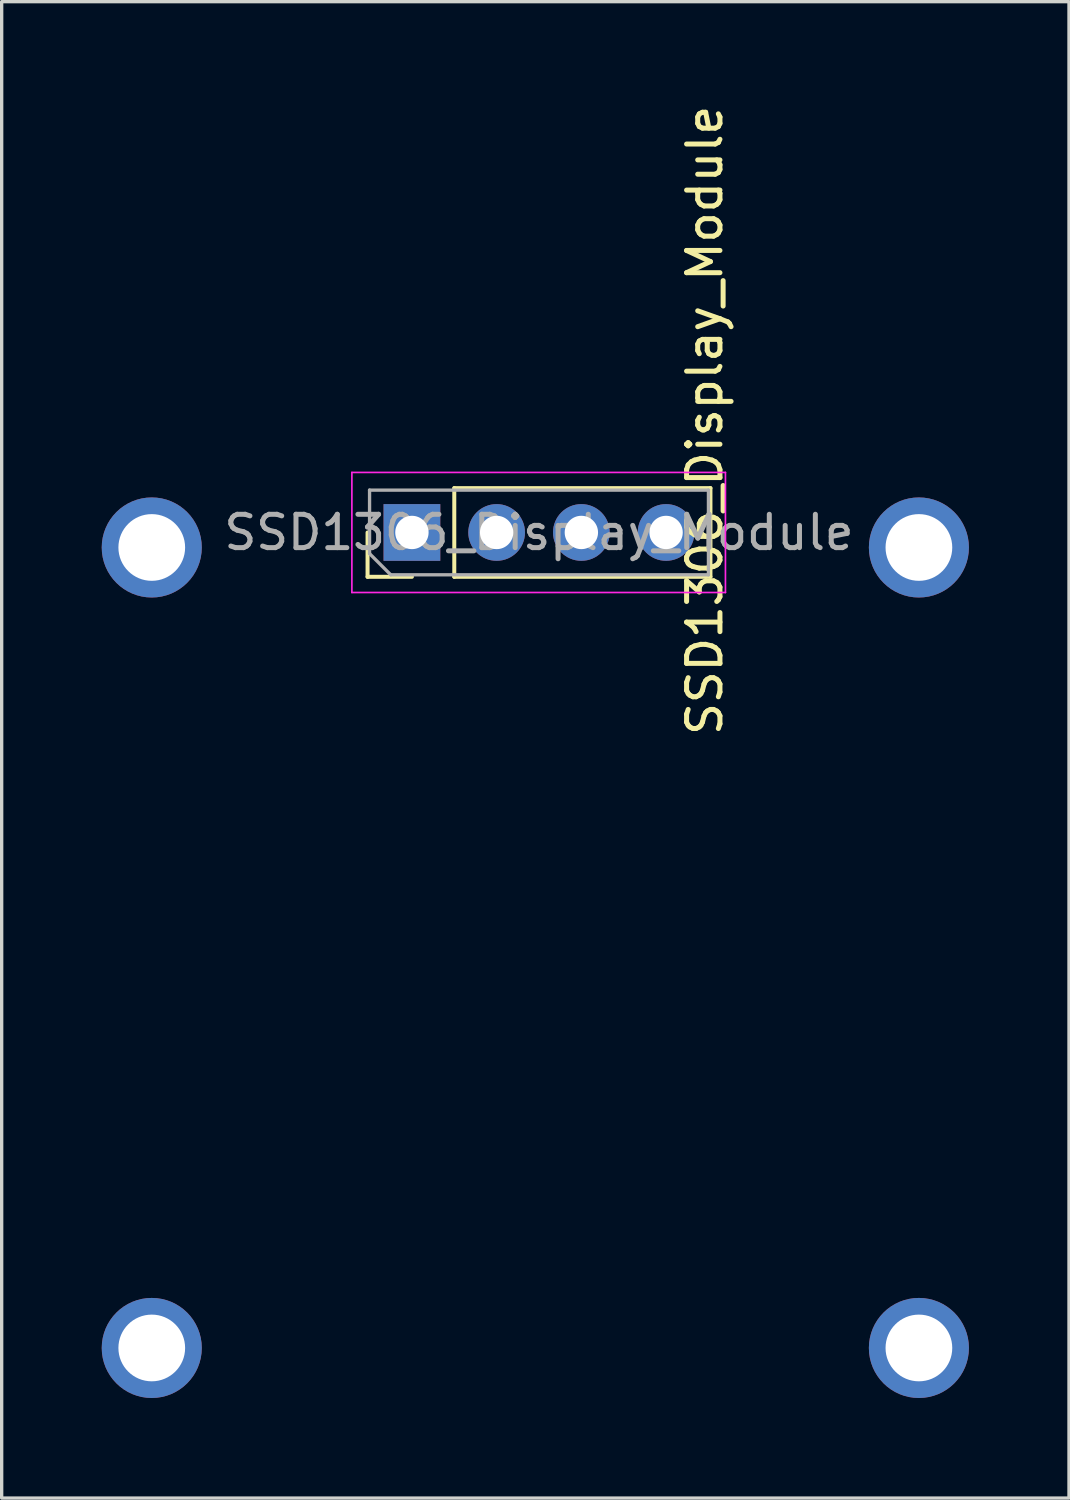
<source format=kicad_pcb>
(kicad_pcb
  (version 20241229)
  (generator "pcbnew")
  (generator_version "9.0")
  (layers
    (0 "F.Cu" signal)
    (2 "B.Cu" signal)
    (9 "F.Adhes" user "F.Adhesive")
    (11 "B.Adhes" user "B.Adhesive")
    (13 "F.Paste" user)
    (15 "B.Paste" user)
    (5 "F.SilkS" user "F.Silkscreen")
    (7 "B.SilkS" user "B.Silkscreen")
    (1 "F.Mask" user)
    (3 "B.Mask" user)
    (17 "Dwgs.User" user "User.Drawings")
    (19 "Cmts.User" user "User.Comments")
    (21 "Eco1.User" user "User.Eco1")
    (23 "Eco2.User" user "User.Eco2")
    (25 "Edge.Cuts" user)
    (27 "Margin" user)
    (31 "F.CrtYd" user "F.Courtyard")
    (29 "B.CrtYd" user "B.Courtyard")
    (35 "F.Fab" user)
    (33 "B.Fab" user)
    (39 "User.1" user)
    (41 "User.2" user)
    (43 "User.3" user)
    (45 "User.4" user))
  (footprint "SSD1306_Display_Module"
    (layer "F.Cu")
    (at 13 13.364)
    (property "Reference" "SSD1306_Display_Module" (at 5.08 -3.81 90) (layer "F.SilkS") (effects (font (size 1 1) (thickness 0.15))))
    (attr through_hole)
    (fp_line (start -5.03 0.88) (end -5.03 -0.45) (stroke (width 0.12) (type solid)) (layer "F.SilkS"))
    (fp_line (start -3.7 0.88) (end -5.03 0.88) (stroke (width 0.12) (type solid)) (layer "F.SilkS"))
    (fp_line (start -2.43 -1.78) (end 5.25 -1.78) (stroke (width 0.12) (type solid)) (layer "F.SilkS"))
    (fp_line (start -2.43 0.88) (end -2.43 -1.78) (stroke (width 0.12) (type solid)) (layer "F.SilkS"))
    (fp_line (start -2.43 0.88) (end 5.25 0.88) (stroke (width 0.12) (type solid)) (layer "F.SilkS"))
    (fp_line (start 5.25 0.88) (end 5.25 -1.78) (stroke (width 0.12) (type solid)) (layer "F.SilkS"))
    (fp_line (start -5.5 -2.25) (end -5.5 1.35) (stroke (width 0.05) (type solid)) (layer "F.CrtYd"))
    (fp_line (start -5.5 1.35) (end 5.7 1.35) (stroke (width 0.05) (type solid)) (layer "F.CrtYd"))
    (fp_line (start 5.7 -2.25) (end -5.5 -2.25) (stroke (width 0.05) (type solid)) (layer "F.CrtYd"))
    (fp_line (start 5.7 1.35) (end 5.7 -2.25) (stroke (width 0.05) (type solid)) (layer "F.CrtYd"))
    (fp_line (start -4.97 -1.72) (end 5.19 -1.72) (stroke (width 0.1) (type solid)) (layer "F.Fab"))
    (fp_line (start -4.97 0.185) (end -4.97 -1.72) (stroke (width 0.1) (type solid)) (layer "F.Fab"))
    (fp_line (start -4.335 0.82) (end -4.97 0.185) (stroke (width 0.1) (type solid)) (layer "F.Fab"))
    (fp_line (start 5.19 -1.72) (end 5.19 0.82) (stroke (width 0.1) (type solid)) (layer "F.Fab"))
    (fp_line (start 5.19 0.82) (end -4.335 0.82) (stroke (width 0.1) (type solid)) (layer "F.Fab"))
    (fp_text user "${REFERENCE}" (at 0.11 -0.45 180) (layer "F.Fab") (effects (font (size 1 1) (thickness 0.15))))
    (pad "" thru_hole circle (at -11.5 0) (size 3 3) (drill 2) (layers "*.Cu" "*.Mask"))
    (pad "" thru_hole circle (at -11.5 24) (size 3 3) (drill 2) (layers "*.Cu" "*.Mask"))
    (pad "" thru_hole circle (at 11.5 0) (size 3 3) (drill 2) (layers "*.Cu" "*.Mask"))
    (pad "" thru_hole circle (at 11.5 24) (size 3 3) (drill 2) (layers "*.Cu" "*.Mask"))
    (pad "1" thru_hole rect (at -3.7 -0.45 90) (size 1.7 1.7) (drill 1) (layers "*.Cu" "*.Mask"))
    (pad "2" thru_hole oval (at -1.16 -0.45 90) (size 1.7 1.7) (drill 1) (layers "*.Cu" "*.Mask"))
    (pad "3" thru_hole oval (at 1.38 -0.45 90) (size 1.7 1.7) (drill 1) (layers "*.Cu" "*.Mask"))
    (pad "4" thru_hole oval (at 3.92 -0.45 90) (size 1.7 1.7) (drill 1) (layers "*.Cu" "*.Mask")))
  (gr_rect
    (start -3 -3)
    (end 29 41.864)
    (stroke (width 0.1) (type default))
    (fill no)
    (layer "Edge.Cuts")))
</source>
